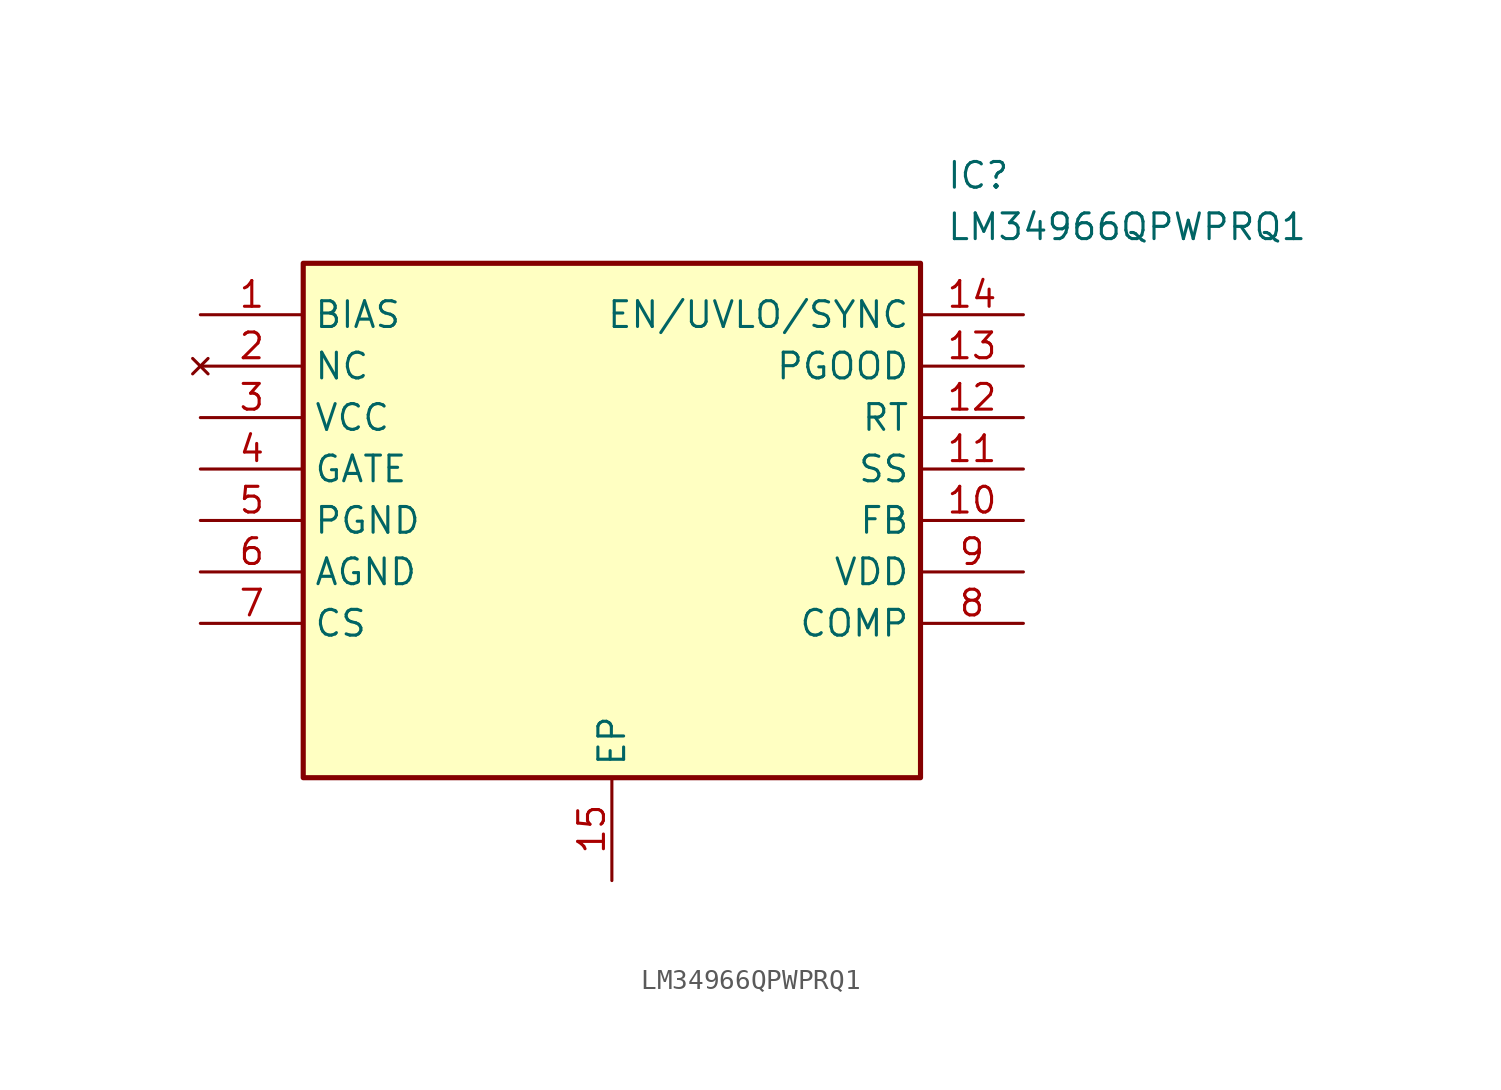
<source format=kicad_sym>
(kicad_symbol_lib
  (version 20220914)
  (generator SamacSys_ECAD_Model)
  (symbol "LM34966QPWPRQ1"
    (property "Reference" "IC"
      (at 36.83 7.62 0)
      (effects (font (size 1.27 1.27)) (justify left top)))
    (property "Value" "LM34966QPWPRQ1"
      (at 36.83 5.08 0)
      (effects (font (size 1.27 1.27)) (justify left top)))
    (rectangle
      (start 5.08 2.54)
      (end 35.56 -22.86)
      (stroke (width 0.254) (type default))
      (fill (type background)))
    (pin passive line
      (at 0 0 0)
      (length 5.08)
      (name "BIAS" (effects (font (size 1.27 1.27))))
      (number "1" (effects (font (size 1.27 1.27)))))
    (pin no_connect line
      (at 0 -2.54 0)
      (length 5.08)
      (name "NC" (effects (font (size 1.27 1.27))))
      (number "2" (effects (font (size 1.27 1.27)))))
    (pin passive line
      (at 0 -5.08 0)
      (length 5.08)
      (name "VCC" (effects (font (size 1.27 1.27))))
      (number "3" (effects (font (size 1.27 1.27)))))
    (pin passive line
      (at 0 -7.62 0)
      (length 5.08)
      (name "GATE" (effects (font (size 1.27 1.27))))
      (number "4" (effects (font (size 1.27 1.27)))))
    (pin passive line
      (at 0 -10.16 0)
      (length 5.08)
      (name "PGND" (effects (font (size 1.27 1.27))))
      (number "5" (effects (font (size 1.27 1.27)))))
    (pin passive line
      (at 0 -12.7 0)
      (length 5.08)
      (name "AGND" (effects (font (size 1.27 1.27))))
      (number "6" (effects (font (size 1.27 1.27)))))
    (pin passive line
      (at 0 -15.24 0)
      (length 5.08)
      (name "CS" (effects (font (size 1.27 1.27))))
      (number "7" (effects (font (size 1.27 1.27)))))
    (pin passive line
      (at 20.32 -27.94 90)
      (length 5.08)
      (name "EP" (effects (font (size 1.27 1.27))))
      (number "15" (effects (font (size 1.27 1.27)))))
    (pin passive line
      (at 40.64 0 180)
      (length 5.08)
      (name "EN/UVLO/SYNC" (effects (font (size 1.27 1.27))))
      (number "14" (effects (font (size 1.27 1.27)))))
    (pin passive line
      (at 40.64 -2.54 180)
      (length 5.08)
      (name "PGOOD" (effects (font (size 1.27 1.27))))
      (number "13" (effects (font (size 1.27 1.27)))))
    (pin passive line
      (at 40.64 -5.08 180)
      (length 5.08)
      (name "RT" (effects (font (size 1.27 1.27))))
      (number "12" (effects (font (size 1.27 1.27)))))
    (pin passive line
      (at 40.64 -7.62 180)
      (length 5.08)
      (name "SS" (effects (font (size 1.27 1.27))))
      (number "11" (effects (font (size 1.27 1.27)))))
    (pin passive line
      (at 40.64 -10.16 180)
      (length 5.08)
      (name "FB" (effects (font (size 1.27 1.27))))
      (number "10" (effects (font (size 1.27 1.27)))))
    (pin passive line
      (at 40.64 -12.7 180)
      (length 5.08)
      (name "VDD" (effects (font (size 1.27 1.27))))
      (number "9" (effects (font (size 1.27 1.27)))))
    (pin passive line
      (at 40.64 -15.24 180)
      (length 5.08)
      (name "COMP" (effects (font (size 1.27 1.27))))
      (number "8" (effects (font (size 1.27 1.27)))))))
</source>
